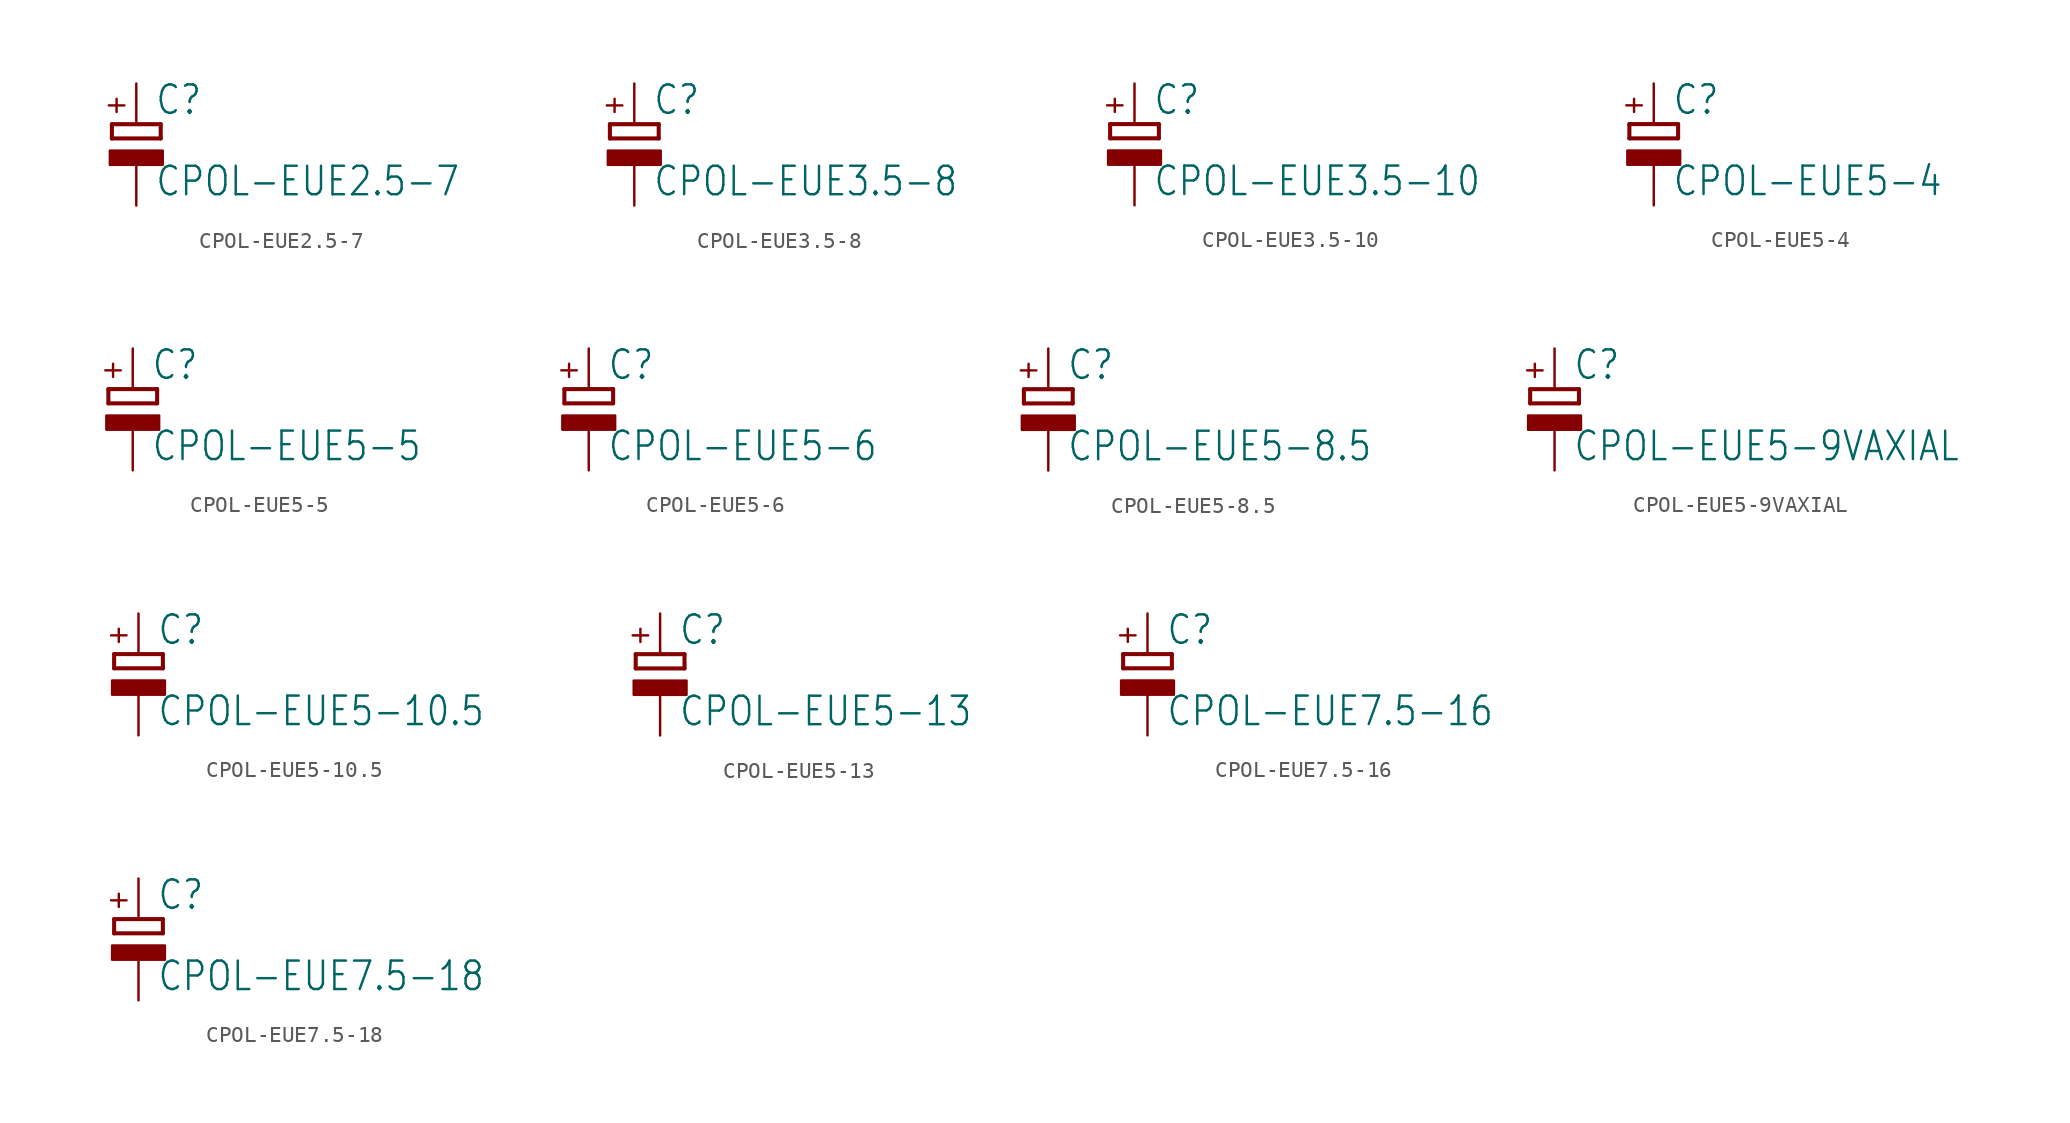
<source format=kicad_sym>
(kicad_symbol_lib
  (version 20220914)
  (generator kicad_symbol_editor)
  (symbol "CPOL-EUE2.5-7"
    (property "Reference" "C"
      (at 1.143 0.483 0)
      (effects (font (size 1.778 1.511)) (justify left bottom)))
    (property "Value" "CPOL-EUE2.5-7"
      (at 1.143 -4.597 0)
      (effects (font (size 1.778 1.511)) (justify left bottom)))
    (property "ki_locked" ""
      (at 0 0 0)
      (effects (font (size 1.27 1.27))))
    (symbol "CPOL-EUE2.5-7_1_0"
      (rectangle (start -1.651 -2.54) (end 1.651 -1.651) (stroke (width 0) (type default)) (fill (type outline)))
      (polyline (pts (xy -1.524 -0.889) (xy 1.524 -0.889)) (stroke (width 0.254) (type default)) (fill (type none)))
      (polyline (pts (xy -1.524 0) (xy -1.524 -0.889)) (stroke (width 0.254) (type default)) (fill (type none)))
      (polyline (pts (xy -1.524 0) (xy 1.524 0)) (stroke (width 0.254) (type default)) (fill (type none)))
      (polyline (pts (xy 1.524 -0.889) (xy 1.524 0)) (stroke (width 0.254) (type default)) (fill (type none)))
      (text "+" (at -0.584 0.406 900) (effects (font (size 1.27 1.079)) (justify left bottom)))
      (pin passive line (at 0 2.54 270) (length 2.54) (name "+" (effects (font (size 0 0)))) (number "+" (effects (font (size 0 0)))))
      (pin passive line (at 0 -5.08 90) (length 2.54) (name "-" (effects (font (size 0 0)))) (number "-" (effects (font (size 0 0)))))))
  (symbol "CPOL-EUE3.5-8"
    (property "Reference" "C"
      (at 1.143 0.483 0)
      (effects (font (size 1.778 1.511)) (justify left bottom)))
    (property "Value" "CPOL-EUE3.5-8"
      (at 1.143 -4.597 0)
      (effects (font (size 1.778 1.511)) (justify left bottom)))
    (property "ki_locked" ""
      (at 0 0 0)
      (effects (font (size 1.27 1.27))))
    (symbol "CPOL-EUE3.5-8_1_0"
      (rectangle (start -1.651 -2.54) (end 1.651 -1.651) (stroke (width 0) (type default)) (fill (type outline)))
      (polyline (pts (xy -1.524 -0.889) (xy 1.524 -0.889)) (stroke (width 0.254) (type default)) (fill (type none)))
      (polyline (pts (xy -1.524 0) (xy -1.524 -0.889)) (stroke (width 0.254) (type default)) (fill (type none)))
      (polyline (pts (xy -1.524 0) (xy 1.524 0)) (stroke (width 0.254) (type default)) (fill (type none)))
      (polyline (pts (xy 1.524 -0.889) (xy 1.524 0)) (stroke (width 0.254) (type default)) (fill (type none)))
      (text "+" (at -0.584 0.406 900) (effects (font (size 1.27 1.079)) (justify left bottom)))
      (pin passive line (at 0 2.54 270) (length 2.54) (name "+" (effects (font (size 0 0)))) (number "+" (effects (font (size 0 0)))))
      (pin passive line (at 0 -5.08 90) (length 2.54) (name "-" (effects (font (size 0 0)))) (number "-" (effects (font (size 0 0)))))))
  (symbol "CPOL-EUE3.5-10"
    (property "Reference" "C"
      (at 1.143 0.483 0)
      (effects (font (size 1.778 1.511)) (justify left bottom)))
    (property "Value" "CPOL-EUE3.5-10"
      (at 1.143 -4.597 0)
      (effects (font (size 1.778 1.511)) (justify left bottom)))
    (property "ki_locked" ""
      (at 0 0 0)
      (effects (font (size 1.27 1.27))))
    (symbol "CPOL-EUE3.5-10_1_0"
      (rectangle (start -1.651 -2.54) (end 1.651 -1.651) (stroke (width 0) (type default)) (fill (type outline)))
      (polyline (pts (xy -1.524 -0.889) (xy 1.524 -0.889)) (stroke (width 0.254) (type default)) (fill (type none)))
      (polyline (pts (xy -1.524 0) (xy -1.524 -0.889)) (stroke (width 0.254) (type default)) (fill (type none)))
      (polyline (pts (xy -1.524 0) (xy 1.524 0)) (stroke (width 0.254) (type default)) (fill (type none)))
      (polyline (pts (xy 1.524 -0.889) (xy 1.524 0)) (stroke (width 0.254) (type default)) (fill (type none)))
      (text "+" (at -0.584 0.406 900) (effects (font (size 1.27 1.079)) (justify left bottom)))
      (pin passive line (at 0 2.54 270) (length 2.54) (name "+" (effects (font (size 0 0)))) (number "+" (effects (font (size 0 0)))))
      (pin passive line (at 0 -5.08 90) (length 2.54) (name "-" (effects (font (size 0 0)))) (number "-" (effects (font (size 0 0)))))))
  (symbol "CPOL-EUE5-4"
    (property "Reference" "C"
      (at 1.143 0.483 0)
      (effects (font (size 1.778 1.511)) (justify left bottom)))
    (property "Value" "CPOL-EUE5-4"
      (at 1.143 -4.597 0)
      (effects (font (size 1.778 1.511)) (justify left bottom)))
    (property "ki_locked" ""
      (at 0 0 0)
      (effects (font (size 1.27 1.27))))
    (symbol "CPOL-EUE5-4_1_0"
      (rectangle (start -1.651 -2.54) (end 1.651 -1.651) (stroke (width 0) (type default)) (fill (type outline)))
      (polyline (pts (xy -1.524 -0.889) (xy 1.524 -0.889)) (stroke (width 0.254) (type default)) (fill (type none)))
      (polyline (pts (xy -1.524 0) (xy -1.524 -0.889)) (stroke (width 0.254) (type default)) (fill (type none)))
      (polyline (pts (xy -1.524 0) (xy 1.524 0)) (stroke (width 0.254) (type default)) (fill (type none)))
      (polyline (pts (xy 1.524 -0.889) (xy 1.524 0)) (stroke (width 0.254) (type default)) (fill (type none)))
      (text "+" (at -0.584 0.406 900) (effects (font (size 1.27 1.079)) (justify left bottom)))
      (pin passive line (at 0 2.54 270) (length 2.54) (name "+" (effects (font (size 0 0)))) (number "+" (effects (font (size 0 0)))))
      (pin passive line (at 0 -5.08 90) (length 2.54) (name "-" (effects (font (size 0 0)))) (number "-" (effects (font (size 0 0)))))))
  (symbol "CPOL-EUE5-5"
    (property "Reference" "C"
      (at 1.143 0.483 0)
      (effects (font (size 1.778 1.511)) (justify left bottom)))
    (property "Value" "CPOL-EUE5-5"
      (at 1.143 -4.597 0)
      (effects (font (size 1.778 1.511)) (justify left bottom)))
    (property "ki_locked" ""
      (at 0 0 0)
      (effects (font (size 1.27 1.27))))
    (symbol "CPOL-EUE5-5_1_0"
      (rectangle (start -1.651 -2.54) (end 1.651 -1.651) (stroke (width 0) (type default)) (fill (type outline)))
      (polyline (pts (xy -1.524 -0.889) (xy 1.524 -0.889)) (stroke (width 0.254) (type default)) (fill (type none)))
      (polyline (pts (xy -1.524 0) (xy -1.524 -0.889)) (stroke (width 0.254) (type default)) (fill (type none)))
      (polyline (pts (xy -1.524 0) (xy 1.524 0)) (stroke (width 0.254) (type default)) (fill (type none)))
      (polyline (pts (xy 1.524 -0.889) (xy 1.524 0)) (stroke (width 0.254) (type default)) (fill (type none)))
      (text "+" (at -0.584 0.406 900) (effects (font (size 1.27 1.079)) (justify left bottom)))
      (pin passive line (at 0 2.54 270) (length 2.54) (name "+" (effects (font (size 0 0)))) (number "+" (effects (font (size 0 0)))))
      (pin passive line (at 0 -5.08 90) (length 2.54) (name "-" (effects (font (size 0 0)))) (number "-" (effects (font (size 0 0)))))))
  (symbol "CPOL-EUE5-6"
    (property "Reference" "C"
      (at 1.143 0.483 0)
      (effects (font (size 1.778 1.511)) (justify left bottom)))
    (property "Value" "CPOL-EUE5-6"
      (at 1.143 -4.597 0)
      (effects (font (size 1.778 1.511)) (justify left bottom)))
    (property "ki_locked" ""
      (at 0 0 0)
      (effects (font (size 1.27 1.27))))
    (symbol "CPOL-EUE5-6_1_0"
      (rectangle (start -1.651 -2.54) (end 1.651 -1.651) (stroke (width 0) (type default)) (fill (type outline)))
      (polyline (pts (xy -1.524 -0.889) (xy 1.524 -0.889)) (stroke (width 0.254) (type default)) (fill (type none)))
      (polyline (pts (xy -1.524 0) (xy -1.524 -0.889)) (stroke (width 0.254) (type default)) (fill (type none)))
      (polyline (pts (xy -1.524 0) (xy 1.524 0)) (stroke (width 0.254) (type default)) (fill (type none)))
      (polyline (pts (xy 1.524 -0.889) (xy 1.524 0)) (stroke (width 0.254) (type default)) (fill (type none)))
      (text "+" (at -0.584 0.406 900) (effects (font (size 1.27 1.079)) (justify left bottom)))
      (pin passive line (at 0 2.54 270) (length 2.54) (name "+" (effects (font (size 0 0)))) (number "+" (effects (font (size 0 0)))))
      (pin passive line (at 0 -5.08 90) (length 2.54) (name "-" (effects (font (size 0 0)))) (number "-" (effects (font (size 0 0)))))))
  (symbol "CPOL-EUE5-8.5"
    (property "Reference" "C"
      (at 1.143 0.483 0)
      (effects (font (size 1.778 1.511)) (justify left bottom)))
    (property "Value" "CPOL-EUE5-8.5"
      (at 1.143 -4.597 0)
      (effects (font (size 1.778 1.511)) (justify left bottom)))
    (property "ki_locked" ""
      (at 0 0 0)
      (effects (font (size 1.27 1.27))))
    (symbol "CPOL-EUE5-8.5_1_0"
      (rectangle (start -1.651 -2.54) (end 1.651 -1.651) (stroke (width 0) (type default)) (fill (type outline)))
      (polyline (pts (xy -1.524 -0.889) (xy 1.524 -0.889)) (stroke (width 0.254) (type default)) (fill (type none)))
      (polyline (pts (xy -1.524 0) (xy -1.524 -0.889)) (stroke (width 0.254) (type default)) (fill (type none)))
      (polyline (pts (xy -1.524 0) (xy 1.524 0)) (stroke (width 0.254) (type default)) (fill (type none)))
      (polyline (pts (xy 1.524 -0.889) (xy 1.524 0)) (stroke (width 0.254) (type default)) (fill (type none)))
      (text "+" (at -0.584 0.406 900) (effects (font (size 1.27 1.079)) (justify left bottom)))
      (pin passive line (at 0 2.54 270) (length 2.54) (name "+" (effects (font (size 0 0)))) (number "+" (effects (font (size 0 0)))))
      (pin passive line (at 0 -5.08 90) (length 2.54) (name "-" (effects (font (size 0 0)))) (number "-" (effects (font (size 0 0)))))))
  (symbol "CPOL-EUE5-9VAXIAL"
    (property "Reference" "C"
      (at 1.143 0.483 0)
      (effects (font (size 1.778 1.511)) (justify left bottom)))
    (property "Value" "CPOL-EUE5-9VAXIAL"
      (at 1.143 -4.597 0)
      (effects (font (size 1.778 1.511)) (justify left bottom)))
    (property "ki_locked" ""
      (at 0 0 0)
      (effects (font (size 1.27 1.27))))
    (symbol "CPOL-EUE5-9VAXIAL_1_0"
      (rectangle (start -1.651 -2.54) (end 1.651 -1.651) (stroke (width 0) (type default)) (fill (type outline)))
      (polyline (pts (xy -1.524 -0.889) (xy 1.524 -0.889)) (stroke (width 0.254) (type default)) (fill (type none)))
      (polyline (pts (xy -1.524 0) (xy -1.524 -0.889)) (stroke (width 0.254) (type default)) (fill (type none)))
      (polyline (pts (xy -1.524 0) (xy 1.524 0)) (stroke (width 0.254) (type default)) (fill (type none)))
      (polyline (pts (xy 1.524 -0.889) (xy 1.524 0)) (stroke (width 0.254) (type default)) (fill (type none)))
      (text "+" (at -0.584 0.406 900) (effects (font (size 1.27 1.079)) (justify left bottom)))
      (pin passive line (at 0 2.54 270) (length 2.54) (name "+" (effects (font (size 0 0)))) (number "+" (effects (font (size 0 0)))))
      (pin passive line (at 0 -5.08 90) (length 2.54) (name "-" (effects (font (size 0 0)))) (number "-" (effects (font (size 0 0)))))))
  (symbol "CPOL-EUE5-10.5"
    (property "Reference" "C"
      (at 1.143 0.483 0)
      (effects (font (size 1.778 1.511)) (justify left bottom)))
    (property "Value" "CPOL-EUE5-10.5"
      (at 1.143 -4.597 0)
      (effects (font (size 1.778 1.511)) (justify left bottom)))
    (property "ki_locked" ""
      (at 0 0 0)
      (effects (font (size 1.27 1.27))))
    (symbol "CPOL-EUE5-10.5_1_0"
      (rectangle (start -1.651 -2.54) (end 1.651 -1.651) (stroke (width 0) (type default)) (fill (type outline)))
      (polyline (pts (xy -1.524 -0.889) (xy 1.524 -0.889)) (stroke (width 0.254) (type default)) (fill (type none)))
      (polyline (pts (xy -1.524 0) (xy -1.524 -0.889)) (stroke (width 0.254) (type default)) (fill (type none)))
      (polyline (pts (xy -1.524 0) (xy 1.524 0)) (stroke (width 0.254) (type default)) (fill (type none)))
      (polyline (pts (xy 1.524 -0.889) (xy 1.524 0)) (stroke (width 0.254) (type default)) (fill (type none)))
      (text "+" (at -0.584 0.406 900) (effects (font (size 1.27 1.079)) (justify left bottom)))
      (pin passive line (at 0 2.54 270) (length 2.54) (name "+" (effects (font (size 0 0)))) (number "+" (effects (font (size 0 0)))))
      (pin passive line (at 0 -5.08 90) (length 2.54) (name "-" (effects (font (size 0 0)))) (number "-" (effects (font (size 0 0)))))))
  (symbol "CPOL-EUE5-13"
    (property "Reference" "C"
      (at 1.143 0.483 0)
      (effects (font (size 1.778 1.511)) (justify left bottom)))
    (property "Value" "CPOL-EUE5-13"
      (at 1.143 -4.597 0)
      (effects (font (size 1.778 1.511)) (justify left bottom)))
    (property "ki_locked" ""
      (at 0 0 0)
      (effects (font (size 1.27 1.27))))
    (symbol "CPOL-EUE5-13_1_0"
      (rectangle (start -1.651 -2.54) (end 1.651 -1.651) (stroke (width 0) (type default)) (fill (type outline)))
      (polyline (pts (xy -1.524 -0.889) (xy 1.524 -0.889)) (stroke (width 0.254) (type default)) (fill (type none)))
      (polyline (pts (xy -1.524 0) (xy -1.524 -0.889)) (stroke (width 0.254) (type default)) (fill (type none)))
      (polyline (pts (xy -1.524 0) (xy 1.524 0)) (stroke (width 0.254) (type default)) (fill (type none)))
      (polyline (pts (xy 1.524 -0.889) (xy 1.524 0)) (stroke (width 0.254) (type default)) (fill (type none)))
      (text "+" (at -0.584 0.406 900) (effects (font (size 1.27 1.079)) (justify left bottom)))
      (pin passive line (at 0 2.54 270) (length 2.54) (name "+" (effects (font (size 0 0)))) (number "+" (effects (font (size 0 0)))))
      (pin passive line (at 0 -5.08 90) (length 2.54) (name "-" (effects (font (size 0 0)))) (number "-" (effects (font (size 0 0)))))))
  (symbol "CPOL-EUE7.5-16"
    (property "Reference" "C"
      (at 1.143 0.483 0)
      (effects (font (size 1.778 1.511)) (justify left bottom)))
    (property "Value" "CPOL-EUE7.5-16"
      (at 1.143 -4.597 0)
      (effects (font (size 1.778 1.511)) (justify left bottom)))
    (property "ki_locked" ""
      (at 0 0 0)
      (effects (font (size 1.27 1.27))))
    (symbol "CPOL-EUE7.5-16_1_0"
      (rectangle (start -1.651 -2.54) (end 1.651 -1.651) (stroke (width 0) (type default)) (fill (type outline)))
      (polyline (pts (xy -1.524 -0.889) (xy 1.524 -0.889)) (stroke (width 0.254) (type default)) (fill (type none)))
      (polyline (pts (xy -1.524 0) (xy -1.524 -0.889)) (stroke (width 0.254) (type default)) (fill (type none)))
      (polyline (pts (xy -1.524 0) (xy 1.524 0)) (stroke (width 0.254) (type default)) (fill (type none)))
      (polyline (pts (xy 1.524 -0.889) (xy 1.524 0)) (stroke (width 0.254) (type default)) (fill (type none)))
      (text "+" (at -0.584 0.406 900) (effects (font (size 1.27 1.079)) (justify left bottom)))
      (pin passive line (at 0 2.54 270) (length 2.54) (name "+" (effects (font (size 0 0)))) (number "+" (effects (font (size 0 0)))))
      (pin passive line (at 0 -5.08 90) (length 2.54) (name "-" (effects (font (size 0 0)))) (number "-" (effects (font (size 0 0)))))))
  (symbol "CPOL-EUE7.5-18"
    (property "Reference" "C"
      (at 1.143 0.483 0)
      (effects (font (size 1.778 1.511)) (justify left bottom)))
    (property "Value" "CPOL-EUE7.5-18"
      (at 1.143 -4.597 0)
      (effects (font (size 1.778 1.511)) (justify left bottom)))
    (property "ki_locked" ""
      (at 0 0 0)
      (effects (font (size 1.27 1.27))))
    (symbol "CPOL-EUE7.5-18_1_0"
      (rectangle (start -1.651 -2.54) (end 1.651 -1.651) (stroke (width 0) (type default)) (fill (type outline)))
      (polyline (pts (xy -1.524 -0.889) (xy 1.524 -0.889)) (stroke (width 0.254) (type default)) (fill (type none)))
      (polyline (pts (xy -1.524 0) (xy -1.524 -0.889)) (stroke (width 0.254) (type default)) (fill (type none)))
      (polyline (pts (xy -1.524 0) (xy 1.524 0)) (stroke (width 0.254) (type default)) (fill (type none)))
      (polyline (pts (xy 1.524 -0.889) (xy 1.524 0)) (stroke (width 0.254) (type default)) (fill (type none)))
      (text "+" (at -0.584 0.406 900) (effects (font (size 1.27 1.079)) (justify left bottom)))
      (pin passive line (at 0 2.54 270) (length 2.54) (name "+" (effects (font (size 0 0)))) (number "+" (effects (font (size 0 0)))))
      (pin passive line (at 0 -5.08 90) (length 2.54) (name "-" (effects (font (size 0 0)))) (number "-" (effects (font (size 0 0))))))))
</source>
